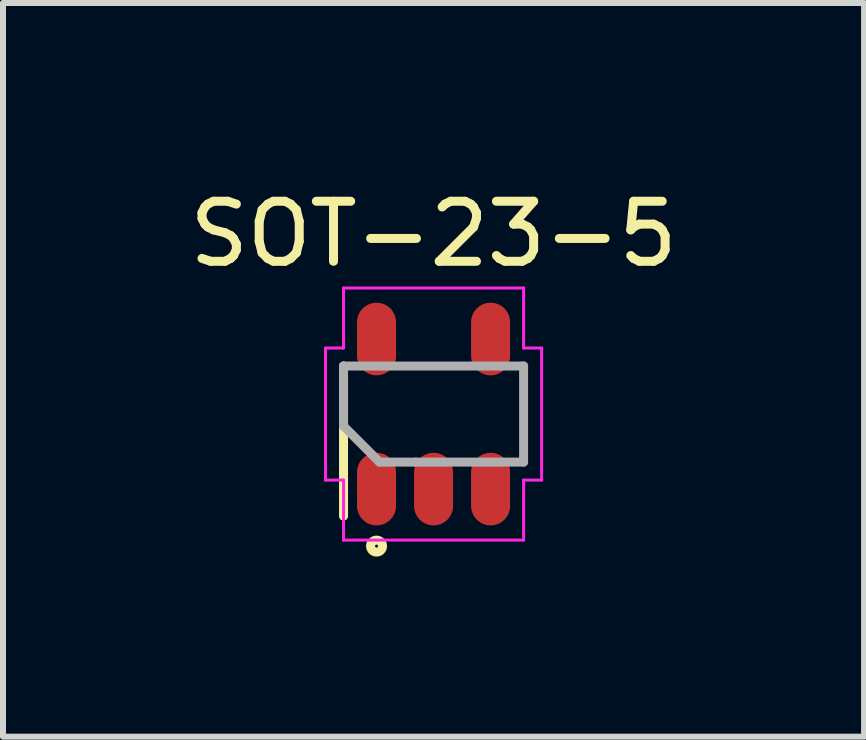
<source format=kicad_pcb>
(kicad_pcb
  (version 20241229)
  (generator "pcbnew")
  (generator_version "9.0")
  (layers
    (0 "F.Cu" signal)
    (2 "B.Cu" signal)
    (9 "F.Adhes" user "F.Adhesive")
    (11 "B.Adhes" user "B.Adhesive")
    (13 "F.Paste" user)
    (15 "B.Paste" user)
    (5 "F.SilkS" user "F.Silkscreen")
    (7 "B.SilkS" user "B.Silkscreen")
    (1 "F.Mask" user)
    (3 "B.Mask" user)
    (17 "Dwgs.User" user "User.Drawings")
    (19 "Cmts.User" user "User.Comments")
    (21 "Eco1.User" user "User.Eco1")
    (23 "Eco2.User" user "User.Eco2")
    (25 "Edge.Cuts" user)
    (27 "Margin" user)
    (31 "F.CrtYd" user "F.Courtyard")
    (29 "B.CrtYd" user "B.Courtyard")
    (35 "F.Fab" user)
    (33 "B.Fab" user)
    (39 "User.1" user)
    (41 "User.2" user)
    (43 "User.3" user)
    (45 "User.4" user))
  (footprint "SOT-23-5"
    (layer "F.Cu")
    (at 4.173 3.848)
    (property "Reference" "SOT-23-5" (at 0 -3 0) (layer "F.SilkS") (effects (font (size 1 1) (thickness 0.15))))
    (attr smd)
    (fp_line (start -1.5 -0.8) (end -1.5 1.7) (stroke (width 0.15) (type solid)) (layer "F.SilkS"))
    (fp_circle (center -0.95 2.2) (end -0.95 2.1) (stroke (width 0.15) (type solid)) (fill no) (layer "F.SilkS"))
    (fp_line (start -1.8 1.1) (end -1.8 -1.1) (stroke (width 0.05) (type solid)) (layer "F.CrtYd"))
    (fp_line (start -1.5 -1.1) (end -1.8 -1.1) (stroke (width 0.05) (type solid)) (layer "F.CrtYd"))
    (fp_line (start -1.5 -1.1) (end -1.5 -2.1) (stroke (width 0.05) (type solid)) (layer "F.CrtYd"))
    (fp_line (start -1.5 1.1) (end -1.8 1.1) (stroke (width 0.05) (type solid)) (layer "F.CrtYd"))
    (fp_line (start -1.5 2.1) (end -1.5 1.1) (stroke (width 0.05) (type solid)) (layer "F.CrtYd"))
    (fp_line (start 1.5 -2.1) (end -1.5 -2.1) (stroke (width 0.05) (type solid)) (layer "F.CrtYd"))
    (fp_line (start 1.5 -1.1) (end 1.5 -2.1) (stroke (width 0.05) (type solid)) (layer "F.CrtYd"))
    (fp_line (start 1.5 2.1) (end -1.5 2.1) (stroke (width 0.05) (type solid)) (layer "F.CrtYd"))
    (fp_line (start 1.5 2.1) (end 1.5 1.1) (stroke (width 0.05) (type solid)) (layer "F.CrtYd"))
    (fp_line (start 1.8 -1.1) (end 1.5 -1.1) (stroke (width 0.05) (type solid)) (layer "F.CrtYd"))
    (fp_line (start 1.8 1.1) (end 1.5 1.1) (stroke (width 0.05) (type solid)) (layer "F.CrtYd"))
    (fp_line (start 1.8 1.1) (end 1.8 -1.1) (stroke (width 0.05) (type solid)) (layer "F.CrtYd"))
    (fp_line (start -1.5 0.2) (end -1.5 -0.8) (stroke (width 0.15) (type solid)) (layer "F.Fab"))
    (fp_line (start -0.9 0.8) (end -1.5 0.2) (stroke (width 0.15) (type solid)) (layer "F.Fab"))
    (fp_line (start -0.3 0.8) (end -0.9 0.8) (stroke (width 0.15) (type solid)) (layer "F.Fab"))
    (fp_line (start -0.3 0.8) (end 1.5 0.8) (stroke (width 0.15) (type solid)) (layer "F.Fab"))
    (fp_line (start 1.5 -0.8) (end -1.5 -0.8) (stroke (width 0.15) (type solid)) (layer "F.Fab"))
    (fp_line (start 1.5 -0.8) (end 1.5 0.8) (stroke (width 0.15) (type solid)) (layer "F.Fab"))
    (pad "1" smd oval (at -0.95 1.25 90) (size 1.21 0.65) (layers "F.Cu" "F.Mask" "F.Paste"))
    (pad "2" smd oval (at 0 1.25 90) (size 1.21 0.65) (layers "F.Cu" "F.Mask" "F.Paste"))
    (pad "3" smd oval (at 0.95 1.25 90) (size 1.21 0.65) (layers "F.Cu" "F.Mask" "F.Paste"))
    (pad "4" smd oval (at 0.95 -1.25 90) (size 1.21 0.65) (layers "F.Cu" "F.Mask" "F.Paste"))
    (pad "5" smd oval (at -0.95 -1.25 90) (size 1.21 0.65) (layers "F.Cu" "F.Mask" "F.Paste")))
  (gr_rect
    (start -3 -3)
    (end 11.345 9.223)
    (stroke (width 0.1) (type default))
    (fill no)
    (layer "Edge.Cuts")))
</source>
